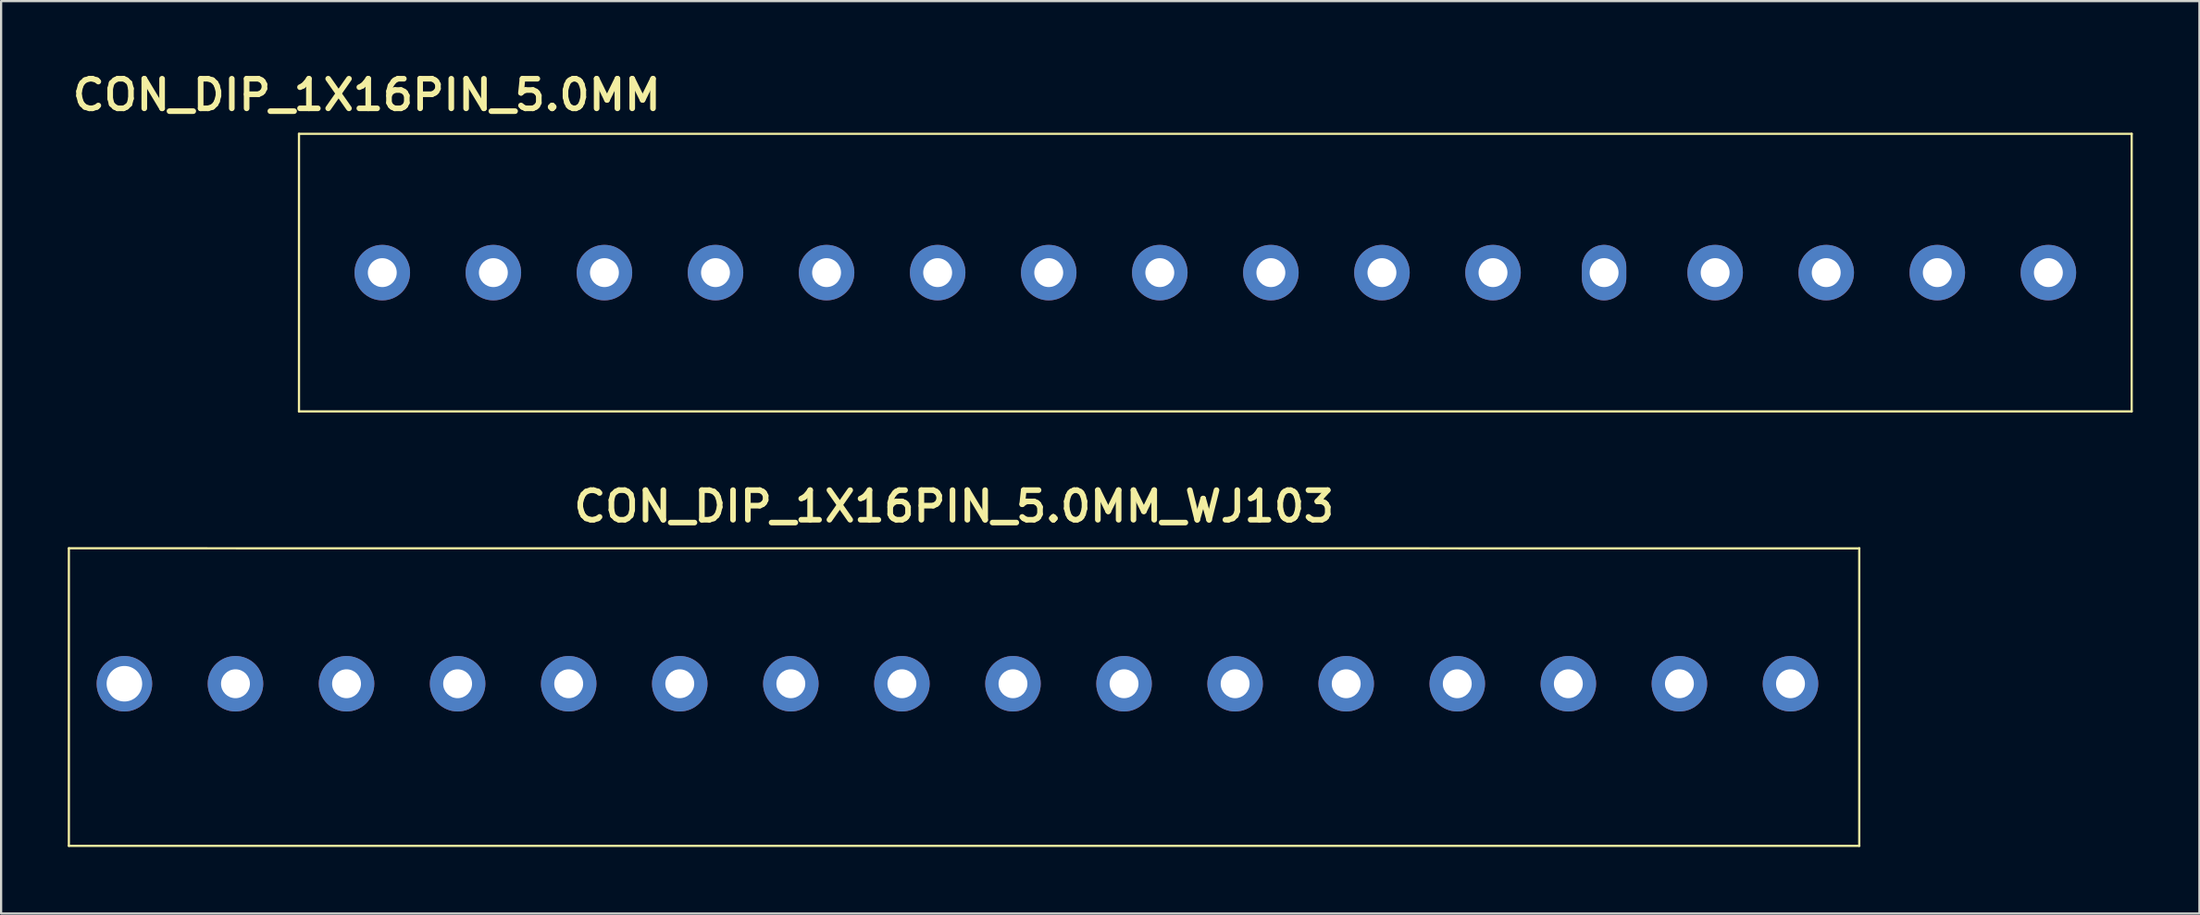
<source format=kicad_pcb>
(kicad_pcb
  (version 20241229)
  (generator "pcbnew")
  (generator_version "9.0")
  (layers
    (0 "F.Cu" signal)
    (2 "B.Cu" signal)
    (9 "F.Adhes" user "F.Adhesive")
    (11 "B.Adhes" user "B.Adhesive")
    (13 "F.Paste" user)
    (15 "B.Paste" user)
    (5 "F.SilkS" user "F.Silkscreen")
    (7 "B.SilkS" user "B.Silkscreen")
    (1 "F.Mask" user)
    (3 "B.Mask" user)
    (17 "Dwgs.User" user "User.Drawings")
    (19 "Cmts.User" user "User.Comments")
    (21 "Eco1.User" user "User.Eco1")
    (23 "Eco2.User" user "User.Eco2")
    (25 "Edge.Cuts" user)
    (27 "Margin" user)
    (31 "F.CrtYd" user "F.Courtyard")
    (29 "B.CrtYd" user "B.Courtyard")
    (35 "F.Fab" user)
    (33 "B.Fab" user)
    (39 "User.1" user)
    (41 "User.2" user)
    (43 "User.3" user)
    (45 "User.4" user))
  (footprint "CON_DIP_1X16PIN_5.0MM_WJ103"
    (layer "F.Cu")
    (at 40.213 27.817)
    (property "Reference" "CON_DIP_1X16PIN_5.0MM_WJ103" (at -0.318 -8.065 0) (unlocked yes) (layer "F.SilkS") (effects (font (size 1.333 1.402) (thickness 0.254))))
    (attr smd)
    (fp_line (start -40.163 -6.176) (end 40.437 -6.172) (stroke (width 0.1) (type solid)) (layer "F.SilkS"))
    (fp_line (start -40.163 7.224) (end -40.163 -6.176) (stroke (width 0.1) (type solid)) (layer "F.SilkS"))
    (fp_line (start -40.163 7.224) (end 40.437 7.224) (stroke (width 0.1) (type solid)) (layer "F.SilkS"))
    (fp_line (start 40.433 7.224) (end 40.433 -6.176) (stroke (width 0.1) (type solid)) (layer "F.SilkS"))
    (pad "1" thru_hole circle (at -37.663 -0.076) (size 2.5 2.5) (drill 1.6) (layers "*.Cu" "*.Mask"))
    (pad "2" thru_hole circle (at -32.663 -0.076) (size 2.5 2.5) (drill 1.3) (layers "*.Cu" "*.Mask"))
    (pad "3" thru_hole circle (at -27.663 -0.076) (size 2.5 2.5) (drill 1.3) (layers "*.Cu" "*.Mask"))
    (pad "4" thru_hole circle (at -22.663 -0.076) (size 2.5 2.5) (drill 1.3) (layers "*.Cu" "*.Mask"))
    (pad "5" thru_hole circle (at -17.663 -0.076) (size 2.5 2.5) (drill 1.3) (layers "*.Cu" "*.Mask"))
    (pad "6" thru_hole circle (at -12.663 -0.076) (size 2.5 2.5) (drill 1.3) (layers "*.Cu" "*.Mask"))
    (pad "7" thru_hole circle (at -7.663 -0.076) (size 2.5 2.5) (drill 1.3) (layers "*.Cu" "*.Mask"))
    (pad "8" thru_hole circle (at -2.663 -0.076) (size 2.5 2.5) (drill 1.3) (layers "*.Cu" "*.Mask"))
    (pad "9" thru_hole circle (at 2.337 -0.076) (size 2.5 2.5) (drill 1.3) (layers "*.Cu" "*.Mask"))
    (pad "10" thru_hole circle (at 7.337 -0.076) (size 2.5 2.5) (drill 1.3) (layers "*.Cu" "*.Mask"))
    (pad "11" thru_hole circle (at 12.337 -0.076) (size 2.5 2.5) (drill 1.3) (layers "*.Cu" "*.Mask"))
    (pad "12" thru_hole circle (at 17.337 -0.076) (size 2.5 2.5) (drill 1.3) (layers "*.Cu" "*.Mask"))
    (pad "13" thru_hole circle (at 22.337 -0.076) (size 2.5 2.5) (drill 1.3) (layers "*.Cu" "*.Mask"))
    (pad "14" thru_hole circle (at 27.337 -0.076) (size 2.5 2.5) (drill 1.3) (layers "*.Cu" "*.Mask"))
    (pad "15" thru_hole circle (at 32.337 -0.076) (size 2.5 2.5) (drill 1.3) (layers "*.Cu" "*.Mask"))
    (pad "16" thru_hole circle (at 37.337 -0.076) (size 2.5 2.5) (drill 1.3) (layers "*.Cu" "*.Mask")))
  (footprint "CON_DIP_1X16PIN_5.0MM"
    (layer "F.Cu")
    (at 49.211 8.401)
    (property "Reference" "CON_DIP_1X16PIN_5.0MM" (at -35.751 -7.176 0) (unlocked yes) (layer "F.SilkS") (effects (font (size 1.333 1.402) (thickness 0.254))))
    (attr smd)
    (fp_line (start -38.802 -5.425) (end 43.698 -5.425) (stroke (width 0.1) (type solid)) (layer "F.SilkS"))
    (fp_line (start -38.802 7.075) (end -38.802 -5.425) (stroke (width 0.1) (type solid)) (layer "F.SilkS"))
    (fp_line (start -38.802 7.075) (end 43.698 7.075) (stroke (width 0.1) (type solid)) (layer "F.SilkS"))
    (fp_line (start 43.698 7.075) (end 43.698 -5.425) (stroke (width 0.1) (type solid)) (layer "F.SilkS"))
    (pad "1" thru_hole circle (at -35.052 0.826) (size 2.5 2.5) (drill 1.3) (layers "*.Cu" "*.Mask"))
    (pad "2" thru_hole circle (at -30.052 0.826) (size 2.5 2.5) (drill 1.3) (layers "*.Cu" "*.Mask"))
    (pad "3" thru_hole circle (at -25.052 0.826) (size 2.5 2.5) (drill 1.3) (layers "*.Cu" "*.Mask"))
    (pad "4" thru_hole circle (at -20.052 0.826) (size 2.5 2.5) (drill 1.3) (layers "*.Cu" "*.Mask"))
    (pad "5" thru_hole circle (at -15.052 0.826) (size 2.5 2.5) (drill 1.3) (layers "*.Cu" "*.Mask"))
    (pad "6" thru_hole circle (at -10.052 0.826) (size 2.5 2.5) (drill 1.3) (layers "*.Cu" "*.Mask"))
    (pad "7" thru_hole circle (at -5.052 0.826) (size 2.5 2.5) (drill 1.3) (layers "*.Cu" "*.Mask"))
    (pad "8" thru_hole circle (at -0.052 0.826) (size 2.5 2.5) (drill 1.3) (layers "*.Cu" "*.Mask"))
    (pad "9" thru_hole circle (at 4.948 0.826) (size 2.5 2.5) (drill 1.3) (layers "*.Cu" "*.Mask"))
    (pad "10" thru_hole circle (at 9.948 0.826) (size 2.5 2.5) (drill 1.3) (layers "*.Cu" "*.Mask"))
    (pad "11" thru_hole circle (at 14.948 0.826) (size 2.5 2.5) (drill 1.3) (layers "*.Cu" "*.Mask"))
    (pad "12" thru_hole oval (at 19.948 0.826) (size 2 2.5) (drill 1.3) (layers "*.Cu" "*.Mask"))
    (pad "13" thru_hole circle (at 24.948 0.826) (size 2.5 2.5) (drill 1.3) (layers "*.Cu" "*.Mask"))
    (pad "14" thru_hole circle (at 29.948 0.826) (size 2.5 2.5) (drill 1.3) (layers "*.Cu" "*.Mask"))
    (pad "15" thru_hole circle (at 34.948 0.826) (size 2.5 2.5) (drill 1.3) (layers "*.Cu" "*.Mask"))
    (pad "16" thru_hole circle (at 39.948 0.826) (size 2.5 2.5) (drill 1.3) (layers "*.Cu" "*.Mask")))
  (gr_rect
    (start -3 -3)
    (end 95.959 38.09)
    (stroke (width 0.1) (type default))
    (fill no)
    (layer "Edge.Cuts")))
</source>
